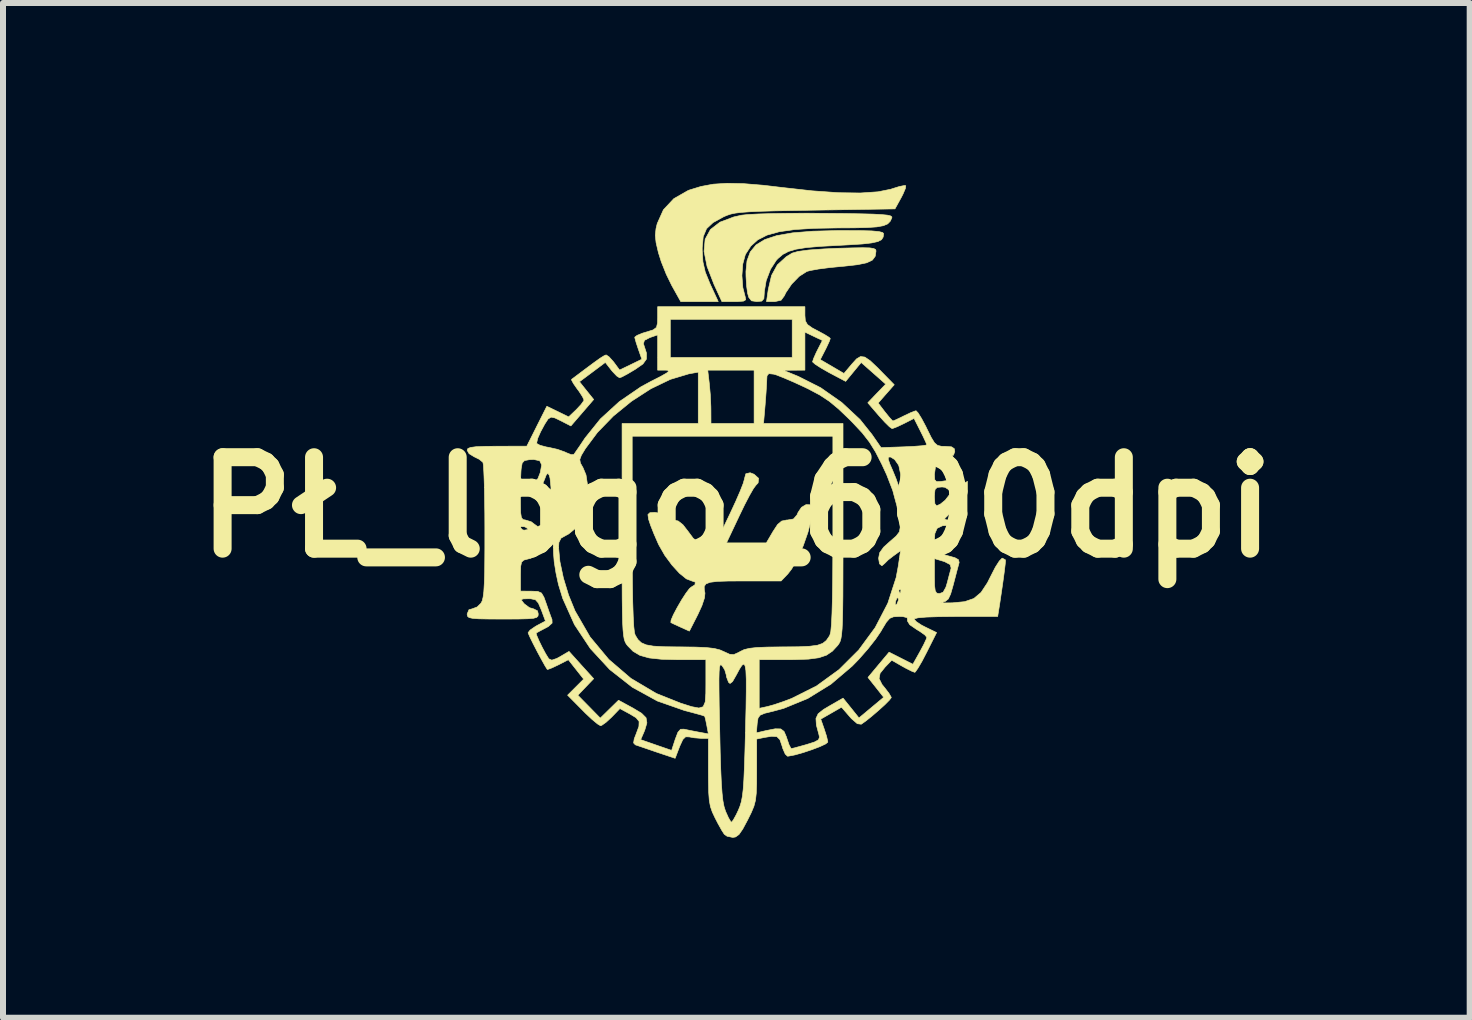
<source format=kicad_pcb>
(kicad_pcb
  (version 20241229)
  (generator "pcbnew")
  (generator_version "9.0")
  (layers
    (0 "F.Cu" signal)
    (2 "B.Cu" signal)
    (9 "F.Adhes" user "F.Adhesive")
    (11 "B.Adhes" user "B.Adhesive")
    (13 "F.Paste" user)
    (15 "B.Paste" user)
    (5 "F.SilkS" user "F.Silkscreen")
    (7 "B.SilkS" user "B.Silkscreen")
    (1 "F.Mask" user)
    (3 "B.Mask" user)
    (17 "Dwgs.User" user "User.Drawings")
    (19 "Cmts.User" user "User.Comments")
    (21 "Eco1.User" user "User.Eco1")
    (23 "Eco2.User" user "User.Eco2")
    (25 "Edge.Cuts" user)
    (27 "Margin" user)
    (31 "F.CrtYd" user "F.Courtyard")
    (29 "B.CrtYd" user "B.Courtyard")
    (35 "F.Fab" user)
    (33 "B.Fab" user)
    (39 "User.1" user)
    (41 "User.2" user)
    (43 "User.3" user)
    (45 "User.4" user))
  (footprint "PŁ_logo_600dpi"
    (layer "F.Cu")
    (at 9.224 5.406)
    (property "Reference" "PŁ_logo_600dpi" (at 0 0 0) (layer "F.SilkS") (effects (font (size 1.524 1.524) (thickness 0.3))))
    (attr through_hole)
    (fp_poly (pts (xy 2.224 -4.324) (xy 2.291 -4.313) (xy 2.322 -4.296) (xy 2.328 -4.273) (xy 2.315 -4.185) (xy 2.268 -4.121) (xy 2.174 -4.076) (xy 2.021 -4.044) (xy 1.799 -4.019) (xy 1.753 -4.015) (xy 1.551 -3.995) (xy 1.37 -3.972) (xy 1.233 -3.947) (xy 1.174 -3.931) (xy 1.048 -3.85) (xy 0.922 -3.721) (xy 0.824 -3.576) (xy 0.801 -3.527) (xy 0.746 -3.452) (xy 0.643 -3.429) (xy 0.633 -3.429) (xy 0.503 -3.429) (xy 0.532 -3.63) (xy 0.587 -3.865) (xy 0.683 -4.041) (xy 0.832 -4.177) (xy 0.931 -4.237) (xy 1.029 -4.265) (xy 1.208 -4.289) (xy 1.465 -4.307) (xy 1.683 -4.317) (xy 1.932 -4.324) (xy 2.108 -4.327) (xy 2.224 -4.324)) (stroke (width 0.01) (type solid)) (fill yes) (layer "F.SilkS"))
    (fp_poly (pts (xy 2.071 -4.612) (xy 2.257 -4.607) (xy 2.377 -4.596) (xy 2.439 -4.58) (xy 2.455 -4.561) (xy 2.447 -4.504) (xy 2.42 -4.461) (xy 2.36 -4.43) (xy 2.257 -4.407) (xy 2.099 -4.389) (xy 1.876 -4.375) (xy 1.689 -4.365) (xy 1.392 -4.349) (xy 1.165 -4.329) (xy 0.995 -4.302) (xy 0.87 -4.265) (xy 0.774 -4.215) (xy 0.695 -4.148) (xy 0.668 -4.12) (xy 0.57 -3.969) (xy 0.497 -3.778) (xy 0.466 -3.593) (xy 0.466 -3.579) (xy 0.459 -3.478) (xy 0.424 -3.437) (xy 0.342 -3.429) (xy 0.252 -3.442) (xy 0.207 -3.5) (xy 0.188 -3.566) (xy 0.171 -3.689) (xy 0.161 -3.85) (xy 0.16 -3.932) (xy 0.178 -4.11) (xy 0.232 -4.256) (xy 0.328 -4.373) (xy 0.474 -4.463) (xy 0.675 -4.529) (xy 0.939 -4.575) (xy 1.271 -4.602) (xy 1.679 -4.613) (xy 1.81 -4.613) (xy 2.071 -4.612)) (stroke (width 0.01) (type solid)) (fill yes) (layer "F.SilkS"))
    (fp_poly (pts (xy 1.462 -4.9) (xy 1.807 -4.897) (xy 2.077 -4.892) (xy 2.279 -4.887) (xy 2.423 -4.879) (xy 2.517 -4.87) (xy 2.571 -4.857) (xy 2.592 -4.841) (xy 2.592 -4.826) (xy 2.565 -4.768) (xy 2.522 -4.724) (xy 2.451 -4.694) (xy 2.341 -4.674) (xy 2.18 -4.663) (xy 1.955 -4.658) (xy 1.694 -4.657) (xy 1.295 -4.65) (xy 0.971 -4.63) (xy 0.713 -4.593) (xy 0.511 -4.537) (xy 0.358 -4.459) (xy 0.243 -4.356) (xy 0.158 -4.226) (xy 0.148 -4.206) (xy 0.107 -4.055) (xy 0.093 -3.862) (xy 0.108 -3.663) (xy 0.149 -3.503) (xy 0.156 -3.459) (xy 0.12 -3.437) (xy 0.023 -3.429) (xy -0.032 -3.429) (xy -0.241 -3.429) (xy -0.372 -3.715) (xy -0.488 -4.015) (xy -0.538 -4.266) (xy -0.52 -4.469) (xy -0.432 -4.63) (xy -0.273 -4.753) (xy -0.042 -4.84) (xy 0.088 -4.869) (xy 0.191 -4.88) (xy 0.364 -4.889) (xy 0.595 -4.896) (xy 0.869 -4.9) (xy 1.173 -4.902) (xy 1.462 -4.9)) (stroke (width 0.01) (type solid)) (fill yes) (layer "F.SilkS"))
    (fp_poly (pts (xy 0.12 -5.395) (xy 0.45 -5.368) (xy 0.762 -5.331) (xy 1.264 -5.275) (xy 1.701 -5.244) (xy 2.068 -5.239) (xy 2.362 -5.259) (xy 2.579 -5.303) (xy 2.597 -5.31) (xy 2.717 -5.347) (xy 2.801 -5.364) (xy 2.824 -5.361) (xy 2.818 -5.315) (xy 2.778 -5.221) (xy 2.745 -5.157) (xy 2.644 -4.974) (xy 1.312 -4.953) (xy 0.937 -4.947) (xy 0.638 -4.941) (xy 0.403 -4.934) (xy 0.222 -4.926) (xy 0.086 -4.916) (xy -0.015 -4.904) (xy -0.092 -4.888) (xy -0.155 -4.867) (xy -0.212 -4.843) (xy -0.388 -4.746) (xy -0.497 -4.644) (xy -0.552 -4.512) (xy -0.569 -4.327) (xy -0.569 -4.282) (xy -0.557 -4.09) (xy -0.518 -3.92) (xy -0.44 -3.728) (xy -0.434 -3.715) (xy -0.302 -3.429) (xy -0.927 -3.429) (xy -1.076 -3.696) (xy -1.168 -3.884) (xy -1.252 -4.095) (xy -1.299 -4.244) (xy -1.338 -4.411) (xy -1.351 -4.533) (xy -1.339 -4.646) (xy -1.319 -4.729) (xy -1.216 -4.959) (xy -1.043 -5.144) (xy -0.807 -5.279) (xy -0.782 -5.289) (xy -0.59 -5.348) (xy -0.386 -5.386) (xy -0.154 -5.401) (xy 0.12 -5.395)) (stroke (width 0.01) (type solid)) (fill yes) (layer "F.SilkS"))
    (fp_poly (pts (xy 0.295 -0.551) (xy 0.371 -0.483) (xy 0.363 -0.407) (xy 0.323 -0.364) (xy 0.283 -0.309) (xy 0.217 -0.194) (xy 0.135 -0.036) (xy 0.051 0.138) (xy -0.164 0.593) (xy 0.5 0.593) (xy 0.612 0.402) (xy 0.688 0.286) (xy 0.756 0.229) (xy 0.837 0.212) (xy 0.852 0.212) (xy 0.952 0.195) (xy 1.011 0.127) (xy 1.029 0.085) (xy 1.086 0.00001) (xy 1.161 -0.044) (xy 1.23 -0.042) (xy 1.268 0.012) (xy 1.27 0.033) (xy 1.249 0.204) (xy 1.194 0.415) (xy 1.115 0.641) (xy 1.021 0.853) (xy 0.923 1.027) (xy 0.858 1.111) (xy 0.746 1.228) (xy 0.124 1.228) (xy -0.134 1.229) (xy -0.317 1.235) (xy -0.438 1.25) (xy -0.507 1.277) (xy -0.536 1.319) (xy -0.534 1.38) (xy -0.523 1.43) (xy -0.531 1.51) (xy -0.574 1.639) (xy -0.642 1.788) (xy -0.783 2.064) (xy -0.931 1.997) (xy -1.029 1.952) (xy -1.087 1.924) (xy -1.092 1.922) (xy -1.088 1.881) (xy -1.049 1.79) (xy -0.986 1.671) (xy -0.913 1.545) (xy -0.84 1.432) (xy -0.781 1.354) (xy -0.753 1.331) (xy -0.689 1.29) (xy -0.686 1.246) (xy -0.742 1.228) (xy -0.833 1.193) (xy -0.949 1.099) (xy -1.073 0.963) (xy -1.192 0.802) (xy -1.29 0.631) (xy -1.303 0.604) (xy -1.372 0.446) (xy -1.429 0.302) (xy -1.462 0.203) (xy -1.463 0.201) (xy -1.474 0.121) (xy -1.441 0.09) (xy -1.358 0.085) (xy -1.251 0.104) (xy -1.201 0.148) (xy -1.144 0.195) (xy -1.056 0.212) (xy -0.97 0.228) (xy -0.891 0.29) (xy -0.804 0.402) (xy -0.721 0.514) (xy -0.651 0.571) (xy -0.567 0.591) (xy -0.506 0.593) (xy -0.338 0.593) (xy -0.1 0.095) (xy -0.011 -0.097) (xy 0.063 -0.267) (xy 0.114 -0.397) (xy 0.135 -0.471) (xy 0.135 -0.475) (xy 0.158 -0.559) (xy 0.23 -0.576) (xy 0.295 -0.551)) (stroke (width 0.01) (type solid)) (fill yes) (layer "F.SilkS"))
    (fp_poly (pts (xy 1.143 -3.197) (xy 1.15 -3.108) (xy 1.185 -3.046) (xy 1.266 -2.989) (xy 1.355 -2.942) (xy 1.47 -2.88) (xy 1.547 -2.832) (xy 1.566 -2.813) (xy 1.549 -2.765) (xy 1.505 -2.67) (xy 1.483 -2.626) (xy 1.399 -2.462) (xy 1.596 -2.347) (xy 1.794 -2.231) (xy 1.928 -2.39) (xy 2.004 -2.474) (xy 2.07 -2.513) (xy 2.141 -2.504) (xy 2.231 -2.443) (xy 2.356 -2.325) (xy 2.427 -2.252) (xy 2.632 -2.043) (xy 2.498 -1.891) (xy 2.364 -1.738) (xy 2.478 -1.589) (xy 2.551 -1.499) (xy 2.601 -1.445) (xy 2.61 -1.439) (xy 2.655 -1.457) (xy 2.748 -1.501) (xy 2.794 -1.524) (xy 2.903 -1.576) (xy 2.981 -1.606) (xy 2.996 -1.609) (xy 3.03 -1.573) (xy 3.088 -1.479) (xy 3.159 -1.346) (xy 3.175 -1.312) (xy 3.249 -1.163) (xy 3.303 -1.075) (xy 3.354 -1.032) (xy 3.417 -1.017) (xy 3.48 -1.016) (xy 3.587 -1.008) (xy 3.633 -0.977) (xy 3.641 -0.931) (xy 3.62 -0.869) (xy 3.545 -0.847) (xy 3.515 -0.847) (xy 3.396 -0.815) (xy 3.325 -0.716) (xy 3.302 -0.549) (xy 3.302 -0.548) (xy 3.306 -0.462) (xy 3.335 -0.428) (xy 3.413 -0.431) (xy 3.471 -0.44) (xy 3.58 -0.452) (xy 3.629 -0.438) (xy 3.641 -0.388) (xy 3.641 -0.381) (xy 3.646 -0.324) (xy 3.678 -0.322) (xy 3.747 -0.364) (xy 3.852 -0.433) (xy 3.852 -0.282) (xy 3.833 -0.155) (xy 3.769 -0.085) (xy 3.768 -0.085) (xy 3.707 -0.024) (xy 3.684 0.087) (xy 3.683 0.128) (xy 3.676 0.238) (xy 3.648 0.286) (xy 3.588 0.297) (xy 3.435 0.308) (xy 3.347 0.35) (xy 3.309 0.438) (xy 3.302 0.551) (xy 3.302 0.754) (xy 3.517 0.805) (xy 3.643 0.84) (xy 3.702 0.873) (xy 3.714 0.918) (xy 3.707 0.947) (xy 3.683 1.035) (xy 3.647 1.173) (xy 3.614 1.299) (xy 3.572 1.445) (xy 3.533 1.528) (xy 3.483 1.568) (xy 3.435 1.582) (xy 3.416 1.59) (xy 3.469 1.594) (xy 3.585 1.593) (xy 3.598 1.593) (xy 3.805 1.573) (xy 3.959 1.52) (xy 4.079 1.419) (xy 4.186 1.257) (xy 4.246 1.138) (xy 4.317 0.999) (xy 4.383 0.896) (xy 4.429 0.849) (xy 4.434 0.848) (xy 4.484 0.875) (xy 4.487 0.891) (xy 4.481 0.953) (xy 4.466 1.077) (xy 4.444 1.24) (xy 4.418 1.42) (xy 4.392 1.595) (xy 4.378 1.683) (xy 4.356 1.82) (xy 3.66 1.82) (xy 3.38 1.823) (xy 3.167 1.83) (xy 3.028 1.842) (xy 2.966 1.859) (xy 2.963 1.863) (xy 2.998 1.905) (xy 3.087 1.964) (xy 3.151 1.997) (xy 3.338 2.088) (xy 3.171 2.42) (xy 3.094 2.568) (xy 3.027 2.682) (xy 2.983 2.745) (xy 2.973 2.751) (xy 2.921 2.731) (xy 2.824 2.682) (xy 2.766 2.65) (xy 2.59 2.549) (xy 2.48 2.663) (xy 2.396 2.767) (xy 2.379 2.854) (xy 2.428 2.953) (xy 2.477 3.013) (xy 2.545 3.102) (xy 2.581 3.165) (xy 2.582 3.173) (xy 2.552 3.213) (xy 2.476 3.29) (xy 2.371 3.385) (xy 2.257 3.483) (xy 2.153 3.566) (xy 2.082 3.616) (xy 2.016 3.607) (xy 1.918 3.522) (xy 1.89 3.49) (xy 1.753 3.332) (xy 1.407 3.531) (xy 1.465 3.697) (xy 1.503 3.814) (xy 1.523 3.9) (xy 1.524 3.915) (xy 1.487 3.945) (xy 1.391 3.99) (xy 1.259 4.04) (xy 1.113 4.089) (xy 0.978 4.127) (xy 0.874 4.147) (xy 0.852 4.149) (xy 0.814 4.112) (xy 0.774 4.02) (xy 0.762 3.979) (xy 0.726 3.873) (xy 0.676 3.823) (xy 0.587 3.817) (xy 0.471 3.836) (xy 0.339 3.863) (xy 0.339 4.388) (xy 0.338 4.609) (xy 0.332 4.767) (xy 0.319 4.884) (xy 0.293 4.983) (xy 0.25 5.086) (xy 0.19 5.208) (xy 0.107 5.363) (xy 0.044 5.454) (xy -0.013 5.495) (xy -0.059 5.503) (xy -0.155 5.483) (xy -0.201 5.45) (xy -0.243 5.385) (xy -0.306 5.272) (xy -0.355 5.177) (xy -0.401 5.079) (xy -0.432 4.989) (xy -0.451 4.887) (xy -0.461 4.753) (xy -0.465 4.567) (xy -0.466 4.404) (xy -0.466 3.852) (xy -0.582 3.852) (xy -0.705 3.842) (xy -0.787 3.827) (xy -0.846 3.826) (xy -0.892 3.871) (xy -0.942 3.979) (xy -0.948 3.994) (xy -1.02 4.184) (xy -1.325 4.082) (xy -1.479 4.029) (xy -1.605 3.986) (xy -1.679 3.961) (xy -1.684 3.959) (xy -1.713 3.928) (xy -1.702 3.859) (xy -1.673 3.785) (xy -1.624 3.652) (xy -1.621 3.569) (xy -1.672 3.507) (xy -1.775 3.445) (xy -1.941 3.355) (xy -2.079 3.498) (xy -2.171 3.583) (xy -2.243 3.634) (xy -2.264 3.641) (xy -2.313 3.612) (xy -2.404 3.537) (xy -2.519 3.429) (xy -2.561 3.386) (xy -2.813 3.132) (xy -2.679 2.998) (xy -2.545 2.864) (xy -2.8 2.541) (xy -2.97 2.628) (xy -3.074 2.677) (xy -3.141 2.702) (xy -3.152 2.702) (xy -3.189 2.643) (xy -3.248 2.537) (xy -3.318 2.407) (xy -3.386 2.275) (xy -3.44 2.165) (xy -3.469 2.099) (xy -3.471 2.09) (xy -3.438 2.047) (xy -3.354 1.989) (xy -3.327 1.973) (xy -3.182 1.896) (xy -3.251 1.71) (xy -3.3 1.596) (xy -3.349 1.541) (xy -3.425 1.525) (xy -3.466 1.524) (xy -3.561 1.527) (xy -3.584 1.546) (xy -3.546 1.596) (xy -3.535 1.609) (xy -3.449 1.673) (xy -3.38 1.693) (xy -3.314 1.726) (xy -3.302 1.778) (xy -3.306 1.812) (xy -3.328 1.835) (xy -3.381 1.85) (xy -3.476 1.858) (xy -3.629 1.862) (xy -3.851 1.863) (xy -3.895 1.863) (xy -4.129 1.862) (xy -4.292 1.859) (xy -4.396 1.851) (xy -4.455 1.838) (xy -4.481 1.816) (xy -4.487 1.784) (xy -4.487 1.778) (xy -4.457 1.707) (xy -4.405 1.693) (xy -4.32 1.661) (xy -4.257 1.599) (xy -4.236 1.559) (xy -4.221 1.496) (xy -4.209 1.401) (xy -4.201 1.263) (xy -4.197 1.142) (xy -3.598 1.142) (xy -3.598 1.397) (xy -3.418 1.398) (xy -3.31 1.402) (xy -3.248 1.429) (xy -3.207 1.499) (xy -3.171 1.599) (xy -3.125 1.731) (xy -3.086 1.838) (xy -3.073 1.87) (xy -3.071 1.93) (xy -3.135 1.988) (xy -3.182 2.013) (xy -3.277 2.063) (xy -3.333 2.094) (xy -3.337 2.097) (xy -3.327 2.137) (xy -3.289 2.226) (xy -3.235 2.336) (xy -3.178 2.442) (xy -3.131 2.518) (xy -3.125 2.526) (xy -3.076 2.548) (xy -2.992 2.519) (xy -2.937 2.489) (xy -2.789 2.402) (xy -2.584 2.63) (xy -2.378 2.857) (xy -2.51 2.995) (xy -2.642 3.133) (xy -2.455 3.323) (xy -2.268 3.514) (xy -2.116 3.365) (xy -1.964 3.216) (xy -1.723 3.347) (xy -1.58 3.433) (xy -1.505 3.508) (xy -1.491 3.594) (xy -1.526 3.712) (xy -1.54 3.747) (xy -1.595 3.873) (xy -1.337 3.963) (xy -1.079 4.052) (xy -1.018 3.865) (xy -0.974 3.75) (xy -0.93 3.7) (xy -0.872 3.698) (xy -0.87 3.699) (xy -0.77 3.72) (xy -0.64 3.745) (xy -0.625 3.748) (xy -0.466 3.777) (xy -0.493 3.635) (xy -0.513 3.536) (xy -0.527 3.484) (xy -0.528 3.482) (xy -0.57 3.467) (xy -0.674 3.438) (xy -0.819 3.399) (xy -0.863 3.388) (xy -1.317 3.229) (xy -1.735 2.999) (xy -2.111 2.704) (xy -2.434 2.354) (xy -2.698 1.956) (xy -2.894 1.519) (xy -2.965 1.287) (xy -3.006 1.098) (xy -3.036 0.91) (xy -3.048 0.762) (xy -3.048 0.755) (xy -3.051 0.672) (xy -2.963 0.672) (xy -2.941 0.905) (xy -2.883 1.179) (xy -2.797 1.462) (xy -2.691 1.722) (xy -2.69 1.725) (xy -2.439 2.16) (xy -2.126 2.536) (xy -1.757 2.852) (xy -1.334 3.103) (xy -0.931 3.264) (xy -0.745 3.323) (xy -0.624 3.346) (xy -0.553 3.324) (xy -0.519 3.245) (xy -0.509 3.101) (xy -0.508 2.942) (xy -0.508 2.87) (xy -0.29 2.87) (xy -0.289 3.052) (xy -0.286 3.3) (xy -0.279 3.622) (xy -0.277 3.725) (xy -0.269 4.086) (xy -0.26 4.372) (xy -0.25 4.595) (xy -0.238 4.764) (xy -0.224 4.89) (xy -0.206 4.984) (xy -0.184 5.055) (xy -0.179 5.069) (xy -0.131 5.176) (xy -0.092 5.241) (xy -0.081 5.249) (xy -0.052 5.214) (xy -0.002 5.124) (xy 0.034 5.048) (xy 0.061 4.981) (xy 0.083 4.908) (xy 0.1 4.819) (xy 0.114 4.702) (xy 0.125 4.545) (xy 0.134 4.339) (xy 0.143 4.07) (xy 0.151 3.76) (xy 0.334 3.76) (xy 0.495 3.722) (xy 0.648 3.692) (xy 0.74 3.694) (xy 0.795 3.736) (xy 0.834 3.826) (xy 0.842 3.852) (xy 0.878 3.957) (xy 0.909 4.016) (xy 0.916 4.022) (xy 0.966 4.011) (xy 1.072 3.982) (xy 1.172 3.954) (xy 1.303 3.912) (xy 1.369 3.876) (xy 1.385 3.833) (xy 1.378 3.795) (xy 1.334 3.63) (xy 1.327 3.52) (xy 1.364 3.441) (xy 1.453 3.37) (xy 1.544 3.316) (xy 1.779 3.181) (xy 1.912 3.346) (xy 2.044 3.511) (xy 2.25 3.339) (xy 2.456 3.167) (xy 2.325 3.001) (xy 2.194 2.836) (xy 2.37 2.625) (xy 2.546 2.415) (xy 2.943 2.616) (xy 3.059 2.409) (xy 3.123 2.289) (xy 3.165 2.199) (xy 3.175 2.167) (xy 3.141 2.127) (xy 3.056 2.067) (xy 3.003 2.035) (xy 2.89 1.957) (xy 2.851 1.893) (xy 2.853 1.88) (xy 2.847 1.84) (xy 2.777 1.822) (xy 2.712 1.82) (xy 2.621 1.825) (xy 2.557 1.851) (xy 2.5 1.916) (xy 2.428 2.035) (xy 2.412 2.064) (xy 2.322 2.197) (xy 2.191 2.363) (xy 2.038 2.537) (xy 1.931 2.647) (xy 1.576 2.949) (xy 1.19 3.187) (xy 0.788 3.352) (xy 0.614 3.399) (xy 0.474 3.433) (xy 0.397 3.465) (xy 0.362 3.512) (xy 0.349 3.589) (xy 0.347 3.608) (xy 0.334 3.76) (xy 0.151 3.76) (xy 0.152 3.729) (xy 0.152 3.709) (xy 0.161 3.35) (xy 0.165 3.071) (xy 0.165 2.863) (xy 0.159 2.722) (xy 0.145 2.641) (xy 0.124 2.613) (xy 0.093 2.634) (xy 0.052 2.697) (xy -0.000349 2.795) (xy -0.005 2.803) (xy -0.064 2.906) (xy -0.105 2.937) (xy -0.13 2.917) (xy -0.165 2.824) (xy -0.169 2.792) (xy -0.194 2.708) (xy -0.236 2.643) (xy -0.255 2.625) (xy -0.27 2.63) (xy -0.281 2.667) (xy -0.287 2.744) (xy -0.29 2.87) (xy -0.508 2.87) (xy -0.508 2.54) (xy 0.381 2.54) (xy 0.381 3.351) (xy 0.519 3.321) (xy 0.631 3.29) (xy 0.785 3.238) (xy 0.922 3.186) (xy 1.335 2.979) (xy 1.711 2.706) (xy 2.04 2.378) (xy 2.314 2.005) (xy 2.51 1.628) (xy 2.646 1.628) (xy 2.672 1.62) (xy 2.674 1.618) (xy 2.704 1.545) (xy 2.7 1.518) (xy 2.679 1.508) (xy 2.656 1.563) (xy 2.646 1.628) (xy 2.51 1.628) (xy 2.525 1.599) (xy 2.59 1.397) (xy 2.709 1.397) (xy 2.725 1.432) (xy 2.738 1.425) (xy 2.743 1.375) (xy 2.738 1.369) (xy 2.712 1.375) (xy 2.709 1.397) (xy 2.59 1.397) (xy 2.664 1.17) (xy 2.668 1.147) (xy 3.302 1.147) (xy 3.304 1.302) (xy 3.315 1.39) (xy 3.339 1.43) (xy 3.382 1.439) (xy 3.385 1.439) (xy 3.447 1.415) (xy 3.493 1.332) (xy 3.515 1.259) (xy 3.548 1.132) (xy 3.575 1.033) (xy 3.58 1.013) (xy 3.564 0.955) (xy 3.473 0.907) (xy 3.451 0.9) (xy 3.302 0.855) (xy 3.302 1.147) (xy 2.668 1.147) (xy 2.698 0.986) (xy 2.737 0.724) (xy 2.619 0.809) (xy 2.531 0.877) (xy 2.477 0.931) (xy 2.475 0.933) (xy 2.426 0.975) (xy 2.386 0.942) (xy 2.371 0.85) (xy 2.389 0.757) (xy 2.455 0.665) (xy 2.558 0.572) (xy 2.665 0.479) (xy 2.718 0.409) (xy 2.731 0.335) (xy 2.725 0.262) (xy 2.713 0.196) (xy 3.471 0.196) (xy 3.506 0.21) (xy 3.535 0.212) (xy 3.59 0.177) (xy 3.598 0.143) (xy 3.587 0.098) (xy 3.541 0.122) (xy 3.535 0.127) (xy 3.482 0.178) (xy 3.471 0.196) (xy 2.713 0.196) (xy 2.676 -0.024) (xy 2.637 -0.167) (xy 3.302 -0.167) (xy 3.309 -0.06) (xy 3.338 -0.024) (xy 3.402 -0.054) (xy 3.482 -0.119) (xy 3.552 -0.21) (xy 3.549 -0.288) (xy 3.479 -0.333) (xy 3.429 -0.339) (xy 3.348 -0.332) (xy 3.312 -0.296) (xy 3.302 -0.208) (xy 3.302 -0.167) (xy 2.637 -0.167) (xy 2.607 -0.28) (xy 2.506 -0.542) (xy 2.425 -0.717) (xy 2.381 -0.803) (xy 2.531 -0.803) (xy 2.559 -0.721) (xy 2.605 -0.616) (xy 2.662 -0.477) (xy 2.703 -0.361) (xy 2.717 -0.306) (xy 2.724 -0.297) (xy 2.735 -0.359) (xy 2.74 -0.413) (xy 2.737 -0.557) (xy 2.71 -0.686) (xy 2.701 -0.708) (xy 2.639 -0.796) (xy 2.572 -0.838) (xy 2.536 -0.837) (xy 2.531 -0.803) (xy 2.381 -0.803) (xy 2.321 -0.921) (xy 2.219 -1.086) (xy 2.099 -1.24) (xy 1.939 -1.411) (xy 1.887 -1.464) (xy 1.706 -1.637) (xy 1.551 -1.766) (xy 1.392 -1.871) (xy 1.202 -1.972) (xy 1.14 -2.002) (xy 0.96 -2.085) (xy 0.797 -2.155) (xy 0.673 -2.204) (xy 0.624 -2.219) (xy 0.541 -2.228) (xy 0.511 -2.192) (xy 0.508 -2.145) (xy 0.504 -2.055) (xy 0.495 -1.909) (xy 0.482 -1.739) (xy 0.481 -1.721) (xy 0.453 -1.397) (xy 1.778 -1.397) (xy 1.778 0.396) (xy 1.778 0.833) (xy 1.777 1.193) (xy 1.776 1.485) (xy 1.773 1.715) (xy 1.769 1.893) (xy 1.763 2.026) (xy 1.754 2.123) (xy 1.743 2.191) (xy 1.729 2.238) (xy 1.711 2.272) (xy 1.69 2.302) (xy 1.69 2.302) (xy 1.601 2.398) (xy 1.502 2.465) (xy 1.374 2.508) (xy 1.202 2.531) (xy 0.968 2.539) (xy 0.87 2.54) (xy 0.381 2.54) (xy -0.508 2.54) (xy -0.975 2.54) (xy -1.249 2.533) (xy -1.454 2.511) (xy -1.607 2.468) (xy -1.722 2.4) (xy -1.813 2.307) (xy -1.836 2.277) (xy -1.854 2.243) (xy -1.869 2.198) (xy -1.88 2.134) (xy -1.889 2.043) (xy -1.896 1.916) (xy -1.9 1.746) (xy -1.903 1.524) (xy -1.904 1.243) (xy -1.905 0.894) (xy -1.905 0.471) (xy -1.905 -1.185) (xy -1.736 -1.185) (xy -1.736 0.426) (xy -1.735 0.89) (xy -1.732 1.274) (xy -1.727 1.582) (xy -1.719 1.817) (xy -1.71 1.985) (xy -1.698 2.09) (xy -1.686 2.13) (xy -1.64 2.205) (xy -1.584 2.258) (xy -1.503 2.293) (xy -1.384 2.314) (xy -1.211 2.324) (xy -0.97 2.327) (xy -0.931 2.327) (xy -0.682 2.33) (xy -0.5 2.338) (xy -0.369 2.353) (xy -0.274 2.377) (xy -0.212 2.404) (xy -0.111 2.45) (xy -0.042 2.455) (xy 0.038 2.419) (xy 0.064 2.404) (xy 0.13 2.372) (xy 0.218 2.351) (xy 0.341 2.337) (xy 0.517 2.33) (xy 0.76 2.327) (xy 0.783 2.327) (xy 1.039 2.325) (xy 1.224 2.316) (xy 1.353 2.299) (xy 1.44 2.268) (xy 1.5 2.22) (xy 1.547 2.152) (xy 1.559 2.13) (xy 1.574 2.072) (xy 1.585 1.955) (xy 1.594 1.772) (xy 1.601 1.522) (xy 1.606 1.198) (xy 1.608 0.798) (xy 1.609 0.426) (xy 1.609 -1.185) (xy -1.736 -1.185) (xy -1.905 -1.185) (xy -1.905 -1.397) (xy -0.635 -1.397) (xy -0.635 -2.253) (xy -0.794 -2.224) (xy -1.101 -2.132) (xy -1.425 -1.976) (xy -1.747 -1.768) (xy -2.05 -1.521) (xy -2.316 -1.247) (xy -2.517 -0.977) (xy -2.584 -0.866) (xy -2.61 -0.796) (xy -2.599 -0.736) (xy -2.556 -0.66) (xy -2.506 -0.54) (xy -2.481 -0.376) (xy -2.477 -0.23) (xy -2.482 -0.055) (xy -2.503 0.069) (xy -2.548 0.173) (xy -2.589 0.24) (xy -2.686 0.355) (xy -2.795 0.444) (xy -2.832 0.464) (xy -2.922 0.514) (xy -2.958 0.586) (xy -2.963 0.672) (xy -3.051 0.672) (xy -3.053 0.63) (xy -3.074 0.569) (xy -3.118 0.551) (xy -3.129 0.55) (xy -3.263 0.572) (xy -3.332 0.641) (xy -3.344 0.719) (xy -3.36 0.807) (xy -3.425 0.85) (xy -3.471 0.861) (xy -3.542 0.88) (xy -3.58 0.914) (xy -3.595 0.985) (xy -3.598 1.115) (xy -3.598 1.142) (xy -4.197 1.142) (xy -4.195 1.074) (xy -4.193 0.822) (xy -4.192 0.677) (xy -3.598 0.677) (xy -3.572 0.746) (xy -3.535 0.762) (xy -3.483 0.727) (xy -3.471 0.677) (xy -3.498 0.608) (xy -3.535 0.593) (xy -3.587 0.628) (xy -3.598 0.677) (xy -4.192 0.677) (xy -4.192 0.498) (xy -4.192 0.403) (xy -4.192 0.34) (xy -3.598 0.34) (xy -3.564 0.376) (xy -3.535 0.381) (xy -3.478 0.372) (xy -3.471 0.364) (xy -3.504 0.337) (xy -3.535 0.323) (xy -3.589 0.322) (xy -3.598 0.34) (xy -4.192 0.34) (xy -4.193 0.105) (xy -4.197 -0.167) (xy -4.2 -0.334) (xy -3.598 -0.334) (xy -3.598 -0.061) (xy -3.596 0.087) (xy -3.583 0.17) (xy -3.556 0.205) (xy -3.515 0.212) (xy -3.418 0.242) (xy -3.378 0.273) (xy -3.312 0.321) (xy -3.25 0.298) (xy -3.181 0.199) (xy -3.164 0.167) (xy -3.121 0.032) (xy -3.096 -0.146) (xy -3.09 -0.331) (xy -3.106 -0.487) (xy -3.119 -0.534) (xy -3.143 -0.569) (xy -3.17 -0.536) (xy -3.198 -0.463) (xy -3.237 -0.371) (xy -3.289 -0.331) (xy -3.385 -0.324) (xy -3.423 -0.326) (xy -3.598 -0.334) (xy -4.2 -0.334) (xy -4.202 -0.4) (xy -4.205 -0.491) (xy -3.595 -0.491) (xy -3.576 -0.439) (xy -3.517 -0.424) (xy -3.46 -0.423) (xy -3.362 -0.433) (xy -3.308 -0.477) (xy -3.268 -0.58) (xy -3.245 -0.707) (xy -3.278 -0.776) (xy -3.376 -0.797) (xy -3.45 -0.794) (xy -3.531 -0.779) (xy -3.57 -0.737) (xy -3.587 -0.641) (xy -3.59 -0.603) (xy -3.595 -0.491) (xy -4.205 -0.491) (xy -4.209 -0.583) (xy -4.216 -0.703) (xy -4.224 -0.749) (xy -4.285 -0.8) (xy -4.372 -0.843) (xy -4.455 -0.894) (xy -4.487 -0.951) (xy -4.475 -0.98) (xy -4.429 -0.998) (xy -4.337 -1.01) (xy -4.184 -1.016) (xy -3.99 -1.018) (xy -3.493 -1.019) (xy -3.464 -1.076) (xy -3.328 -1.076) (xy -3.325 -1.062) (xy -3.273 -1.034) (xy -3.169 -1.006) (xy -3.123 -0.998) (xy -2.981 -0.966) (xy -2.858 -0.922) (xy -2.836 -0.911) (xy -2.753 -0.878) (xy -2.708 -0.881) (xy -2.675 -0.929) (xy -2.608 -1.026) (xy -2.524 -1.152) (xy -2.521 -1.156) (xy -2.267 -1.472) (xy -1.95 -1.762) (xy -1.591 -2.008) (xy -1.427 -2.097) (xy -1.26 -2.182) (xy -1.162 -2.238) (xy -1.126 -2.27) (xy -1.144 -2.284) (xy -1.181 -2.286) (xy -0.477 -2.286) (xy -0.451 -2.064) (xy -0.434 -1.878) (xy -0.425 -1.68) (xy -0.424 -1.619) (xy -0.423 -1.397) (xy 0.296 -1.397) (xy 0.296 -2.284) (xy 0.783 -2.284) (xy 1.032 -2.182) (xy 1.406 -1.993) (xy 1.756 -1.748) (xy 2.061 -1.464) (xy 2.26 -1.215) (xy 2.412 -0.995) (xy 2.794 -1.008) (xy 2.961 -1.016) (xy 3.092 -1.026) (xy 3.165 -1.037) (xy 3.175 -1.042) (xy 3.157 -1.087) (xy 3.112 -1.184) (xy 3.068 -1.272) (xy 2.962 -1.482) (xy 2.795 -1.397) (xy 2.686 -1.345) (xy 2.609 -1.315) (xy 2.595 -1.312) (xy 2.552 -1.342) (xy 2.473 -1.42) (xy 2.376 -1.527) (xy 2.191 -1.742) (xy 2.34 -1.898) (xy 2.49 -2.053) (xy 2.286 -2.233) (xy 2.081 -2.414) (xy 1.951 -2.256) (xy 1.822 -2.099) (xy 1.546 -2.245) (xy 1.413 -2.321) (xy 1.315 -2.384) (xy 1.271 -2.423) (xy 1.27 -2.425) (xy 1.288 -2.481) (xy 1.332 -2.58) (xy 1.352 -2.62) (xy 1.434 -2.781) (xy 1.289 -2.85) (xy 1.143 -2.92) (xy 1.143 -2.286) (xy 0.963 -2.285) (xy 0.783 -2.284) (xy 0.296 -2.284) (xy 0.296 -2.286) (xy -0.477 -2.286) (xy -1.181 -2.286) (xy -1.312 -2.286) (xy -1.312 -2.874) (xy -1.442 -2.829) (xy -1.532 -2.783) (xy -1.549 -2.727) (xy -1.545 -2.715) (xy -1.498 -2.57) (xy -1.499 -2.47) (xy -1.557 -2.389) (xy -1.683 -2.301) (xy -1.693 -2.295) (xy -1.814 -2.223) (xy -1.908 -2.173) (xy -1.947 -2.159) (xy -1.994 -2.189) (xy -2.066 -2.265) (xy -2.084 -2.287) (xy -2.184 -2.415) (xy -2.399 -2.254) (xy -2.615 -2.093) (xy -2.497 -1.945) (xy -2.378 -1.797) (xy -2.758 -1.356) (xy -2.93 -1.444) (xy -3.025 -1.49) (xy -3.088 -1.503) (xy -3.138 -1.472) (xy -3.194 -1.386) (xy -3.263 -1.258) (xy -3.31 -1.152) (xy -3.328 -1.076) (xy -3.464 -1.076) (xy -3.326 -1.352) (xy -3.159 -1.684) (xy -2.977 -1.596) (xy -2.795 -1.507) (xy -2.667 -1.629) (xy -2.588 -1.714) (xy -2.543 -1.777) (xy -2.54 -1.789) (xy -2.564 -1.843) (xy -2.623 -1.934) (xy -2.652 -1.972) (xy -2.716 -2.064) (xy -2.747 -2.122) (xy -2.747 -2.132) (xy -2.533 -2.293) (xy -2.377 -2.409) (xy -2.271 -2.485) (xy -2.205 -2.526) (xy -2.172 -2.54) (xy -2.17 -2.54) (xy -2.123 -2.509) (xy -2.054 -2.433) (xy -2.039 -2.414) (xy -1.946 -2.288) (xy -1.76 -2.378) (xy -1.575 -2.468) (xy -1.634 -2.636) (xy -1.671 -2.748) (xy -1.692 -2.824) (xy -1.693 -2.836) (xy -1.656 -2.865) (xy -1.563 -2.903) (xy -1.503 -2.921) (xy -1.387 -2.957) (xy -1.331 -2.999) (xy -1.314 -3.073) (xy -1.313 -3.133) (xy -1.101 -3.133) (xy -1.101 -2.498) (xy 0.931 -2.498) (xy 0.931 -3.133) (xy -1.101 -3.133) (xy -1.313 -3.133) (xy -1.312 -3.159) (xy -1.312 -3.344) (xy 1.143 -3.344) (xy 1.143 -3.197)) (stroke (width 0.01) (type solid)) (fill yes) (layer "F.SilkS")))
  (gr_rect
    (start -3 -3)
    (end 21.448 13.914)
    (stroke (width 0.1) (type default))
    (fill no)
    (layer "Edge.Cuts")))
</source>
